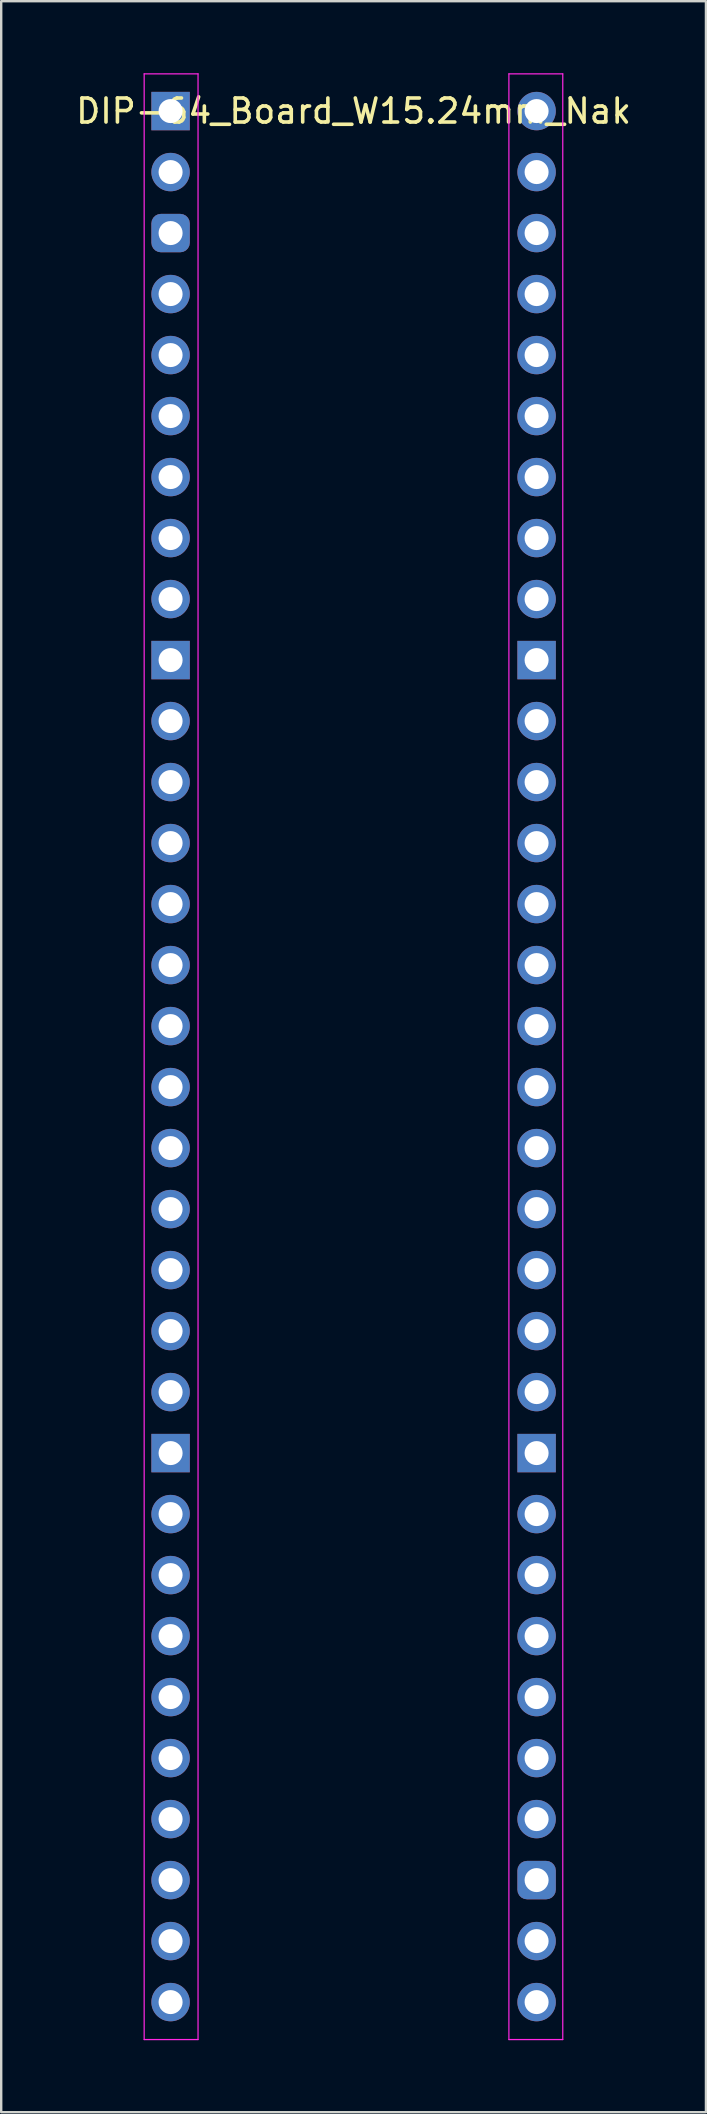
<source format=kicad_pcb>
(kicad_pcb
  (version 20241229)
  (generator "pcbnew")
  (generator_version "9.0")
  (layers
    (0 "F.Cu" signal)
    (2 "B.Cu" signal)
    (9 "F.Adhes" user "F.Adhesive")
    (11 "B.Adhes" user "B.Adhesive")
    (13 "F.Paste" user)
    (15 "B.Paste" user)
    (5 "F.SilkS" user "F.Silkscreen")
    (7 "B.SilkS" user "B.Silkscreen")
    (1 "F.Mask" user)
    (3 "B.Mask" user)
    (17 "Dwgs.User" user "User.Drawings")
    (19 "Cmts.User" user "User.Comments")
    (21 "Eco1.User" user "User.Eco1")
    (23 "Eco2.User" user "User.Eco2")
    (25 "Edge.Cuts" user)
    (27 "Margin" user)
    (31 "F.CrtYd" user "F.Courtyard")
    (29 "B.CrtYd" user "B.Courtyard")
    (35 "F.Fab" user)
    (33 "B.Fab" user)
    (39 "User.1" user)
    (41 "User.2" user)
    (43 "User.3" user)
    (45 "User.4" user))
  (footprint "DIP-64_Board_W15.24mm_Nak"
    (layer "F.Cu")
    (at 4.053 1.575)
    (property "Reference" "DIP-64_Board_W15.24mm_Nak" (at 7.62 0 0) (layer "F.SilkS") (effects (font (size 1 1) (thickness 0.15))))
    (attr through_hole)
    (fp_line (start -1.1 -1.55) (end -1.1 80.3) (stroke (width 0.05) (type solid)) (layer "F.CrtYd"))
    (fp_line (start -1.1 80.3) (end 1.143 80.3) (stroke (width 0.05) (type solid)) (layer "F.CrtYd"))
    (fp_line (start 1.143 -1.55) (end -1.1 -1.55) (stroke (width 0.05) (type solid)) (layer "F.CrtYd"))
    (fp_line (start 1.143 80.3) (end 1.143 -1.55) (stroke (width 0.05) (type solid)) (layer "F.CrtYd"))
    (fp_line (start 14.087 -1.55) (end 14.087 80.3) (stroke (width 0.05) (type solid)) (layer "F.CrtYd"))
    (fp_line (start 14.087 80.3) (end 16.33 80.3) (stroke (width 0.05) (type solid)) (layer "F.CrtYd"))
    (fp_line (start 16.33 -1.55) (end 14.087 -1.55) (stroke (width 0.05) (type solid)) (layer "F.CrtYd"))
    (fp_line (start 16.33 80.3) (end 16.33 -1.55) (stroke (width 0.05) (type solid)) (layer "F.CrtYd"))
    (pad "1" thru_hole rect (at 0 0) (size 1.6 1.6) (drill 1) (layers "*.Cu" "*.Mask"))
    (pad "2" thru_hole oval (at 0 2.54) (size 1.6 1.6) (drill 1) (layers "*.Cu" "*.Mask"))
    (pad "3" thru_hole roundrect (at 0 5.08) (size 1.6 1.6) (drill 1) (layers "*.Cu" "*.Mask") (roundrect_rratio 0.25))
    (pad "4" thru_hole oval (at 0 7.62) (size 1.6 1.6) (drill 1) (layers "*.Cu" "*.Mask"))
    (pad "5" thru_hole oval (at 0 10.16) (size 1.6 1.6) (drill 1) (layers "*.Cu" "*.Mask"))
    (pad "6" thru_hole oval (at 0 12.7) (size 1.6 1.6) (drill 1) (layers "*.Cu" "*.Mask"))
    (pad "7" thru_hole oval (at 0 15.24) (size 1.6 1.6) (drill 1) (layers "*.Cu" "*.Mask"))
    (pad "8" thru_hole oval (at 0 17.78) (size 1.6 1.6) (drill 1) (layers "*.Cu" "*.Mask"))
    (pad "9" thru_hole oval (at 0 20.32) (size 1.6 1.6) (drill 1) (layers "*.Cu" "*.Mask"))
    (pad "10" thru_hole rect (at 0 22.86) (size 1.6 1.6) (drill 1) (layers "*.Cu" "*.Mask"))
    (pad "11" thru_hole oval (at 0 25.4) (size 1.6 1.6) (drill 1) (layers "*.Cu" "*.Mask"))
    (pad "12" thru_hole oval (at 0 27.94) (size 1.6 1.6) (drill 1) (layers "*.Cu" "*.Mask"))
    (pad "13" thru_hole oval (at 0 30.48) (size 1.6 1.6) (drill 1) (layers "*.Cu" "*.Mask"))
    (pad "14" thru_hole oval (at 0 33.02) (size 1.6 1.6) (drill 1) (layers "*.Cu" "*.Mask"))
    (pad "15" thru_hole oval (at 0 35.56) (size 1.6 1.6) (drill 1) (layers "*.Cu" "*.Mask"))
    (pad "16" thru_hole oval (at 0 38.1) (size 1.6 1.6) (drill 1) (layers "*.Cu" "*.Mask"))
    (pad "17" thru_hole oval (at 0 40.64) (size 1.6 1.6) (drill 1) (layers "*.Cu" "*.Mask"))
    (pad "18" thru_hole oval (at 0 43.18) (size 1.6 1.6) (drill 1) (layers "*.Cu" "*.Mask"))
    (pad "19" thru_hole oval (at 0 45.72) (size 1.6 1.6) (drill 1) (layers "*.Cu" "*.Mask"))
    (pad "20" thru_hole oval (at 0 48.26) (size 1.6 1.6) (drill 1) (layers "*.Cu" "*.Mask"))
    (pad "21" thru_hole oval (at 0 50.8) (size 1.6 1.6) (drill 1) (layers "*.Cu" "*.Mask"))
    (pad "22" thru_hole oval (at 0 53.34) (size 1.6 1.6) (drill 1) (layers "*.Cu" "*.Mask"))
    (pad "23" thru_hole rect (at 0 55.88) (size 1.6 1.6) (drill 1) (layers "*.Cu" "*.Mask"))
    (pad "24" thru_hole oval (at 0 58.42) (size 1.6 1.6) (drill 1) (layers "*.Cu" "*.Mask"))
    (pad "25" thru_hole oval (at 0 60.96) (size 1.6 1.6) (drill 1) (layers "*.Cu" "*.Mask"))
    (pad "26" thru_hole oval (at 0 63.5) (size 1.6 1.6) (drill 1) (layers "*.Cu" "*.Mask"))
    (pad "27" thru_hole oval (at 0 66.04) (size 1.6 1.6) (drill 1) (layers "*.Cu" "*.Mask"))
    (pad "28" thru_hole oval (at 0 68.58) (size 1.6 1.6) (drill 1) (layers "*.Cu" "*.Mask"))
    (pad "29" thru_hole oval (at 0 71.12) (size 1.6 1.6) (drill 1) (layers "*.Cu" "*.Mask"))
    (pad "30" thru_hole oval (at 0 73.66) (size 1.6 1.6) (drill 1) (layers "*.Cu" "*.Mask"))
    (pad "31" thru_hole oval (at 0 76.2) (size 1.6 1.6) (drill 1) (layers "*.Cu" "*.Mask"))
    (pad "32" thru_hole oval (at 0 78.74) (size 1.6 1.6) (drill 1) (layers "*.Cu" "*.Mask"))
    (pad "33" thru_hole oval (at 15.24 78.74) (size 1.6 1.6) (drill 1) (layers "*.Cu" "*.Mask"))
    (pad "34" thru_hole oval (at 15.24 76.2) (size 1.6 1.6) (drill 1) (layers "*.Cu" "*.Mask"))
    (pad "35" thru_hole roundrect (at 15.24 73.66) (size 1.6 1.6) (drill 1) (layers "*.Cu" "*.Mask") (roundrect_rratio 0.25))
    (pad "36" thru_hole oval (at 15.24 71.12) (size 1.6 1.6) (drill 1) (layers "*.Cu" "*.Mask"))
    (pad "37" thru_hole oval (at 15.24 68.58) (size 1.6 1.6) (drill 1) (layers "*.Cu" "*.Mask"))
    (pad "38" thru_hole oval (at 15.24 66.04) (size 1.6 1.6) (drill 1) (layers "*.Cu" "*.Mask"))
    (pad "39" thru_hole oval (at 15.24 63.5) (size 1.6 1.6) (drill 1) (layers "*.Cu" "*.Mask"))
    (pad "40" thru_hole oval (at 15.24 60.96) (size 1.6 1.6) (drill 1) (layers "*.Cu" "*.Mask"))
    (pad "41" thru_hole oval (at 15.24 58.42) (size 1.6 1.6) (drill 1) (layers "*.Cu" "*.Mask"))
    (pad "42" thru_hole rect (at 15.24 55.88) (size 1.6 1.6) (drill 1) (layers "*.Cu" "*.Mask"))
    (pad "43" thru_hole oval (at 15.24 53.34) (size 1.6 1.6) (drill 1) (layers "*.Cu" "*.Mask"))
    (pad "44" thru_hole oval (at 15.24 50.8) (size 1.6 1.6) (drill 1) (layers "*.Cu" "*.Mask"))
    (pad "45" thru_hole oval (at 15.24 48.26) (size 1.6 1.6) (drill 1) (layers "*.Cu" "*.Mask"))
    (pad "46" thru_hole oval (at 15.24 45.72) (size 1.6 1.6) (drill 1) (layers "*.Cu" "*.Mask"))
    (pad "47" thru_hole oval (at 15.24 43.18) (size 1.6 1.6) (drill 1) (layers "*.Cu" "*.Mask"))
    (pad "48" thru_hole oval (at 15.24 40.64) (size 1.6 1.6) (drill 1) (layers "*.Cu" "*.Mask"))
    (pad "49" thru_hole oval (at 15.24 38.1) (size 1.6 1.6) (drill 1) (layers "*.Cu" "*.Mask"))
    (pad "50" thru_hole oval (at 15.24 35.56) (size 1.6 1.6) (drill 1) (layers "*.Cu" "*.Mask"))
    (pad "51" thru_hole oval (at 15.24 33.02) (size 1.6 1.6) (drill 1) (layers "*.Cu" "*.Mask"))
    (pad "52" thru_hole oval (at 15.24 30.48) (size 1.6 1.6) (drill 1) (layers "*.Cu" "*.Mask"))
    (pad "53" thru_hole oval (at 15.24 27.94) (size 1.6 1.6) (drill 1) (layers "*.Cu" "*.Mask"))
    (pad "54" thru_hole oval (at 15.24 25.4) (size 1.6 1.6) (drill 1) (layers "*.Cu" "*.Mask"))
    (pad "55" thru_hole rect (at 15.24 22.86) (size 1.6 1.6) (drill 1) (layers "*.Cu" "*.Mask"))
    (pad "56" thru_hole oval (at 15.24 20.32) (size 1.6 1.6) (drill 1) (layers "*.Cu" "*.Mask"))
    (pad "57" thru_hole oval (at 15.24 17.78) (size 1.6 1.6) (drill 1) (layers "*.Cu" "*.Mask"))
    (pad "58" thru_hole oval (at 15.24 15.24) (size 1.6 1.6) (drill 1) (layers "*.Cu" "*.Mask"))
    (pad "59" thru_hole oval (at 15.24 12.7) (size 1.6 1.6) (drill 1) (layers "*.Cu" "*.Mask"))
    (pad "60" thru_hole oval (at 15.24 10.16) (size 1.6 1.6) (drill 1) (layers "*.Cu" "*.Mask"))
    (pad "61" thru_hole oval (at 15.24 7.62) (size 1.6 1.6) (drill 1) (layers "*.Cu" "*.Mask"))
    (pad "62" thru_hole oval (at 15.24 5.08) (size 1.6 1.6) (drill 1) (layers "*.Cu" "*.Mask"))
    (pad "63" thru_hole oval (at 15.24 2.54) (size 1.6 1.6) (drill 1) (layers "*.Cu" "*.Mask"))
    (pad "64" thru_hole oval (at 15.24 0) (size 1.6 1.6) (drill 1) (layers "*.Cu" "*.Mask")))
  (gr_rect
    (start -3 -3)
    (end 26.345 84.9)
    (stroke (width 0.1) (type default))
    (fill no)
    (layer "Edge.Cuts")))
</source>
